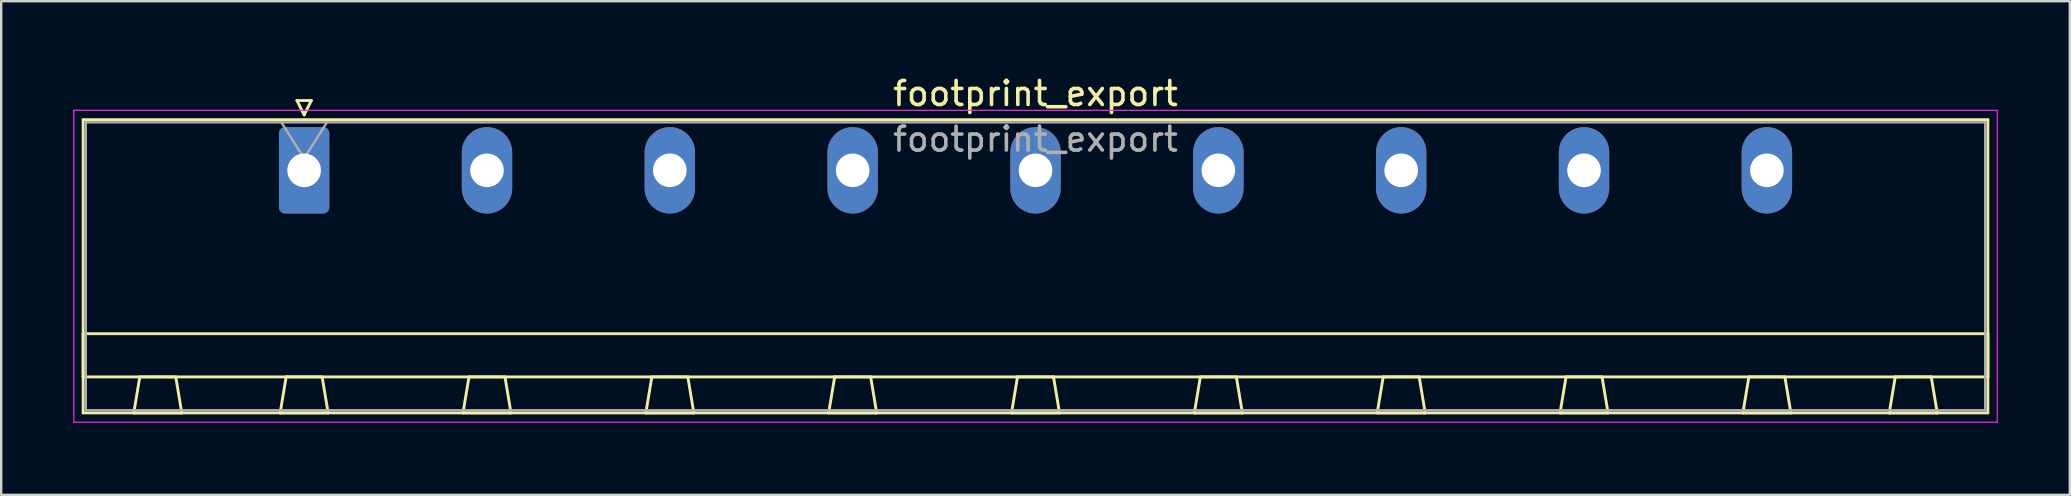
<source format=kicad_pcb>
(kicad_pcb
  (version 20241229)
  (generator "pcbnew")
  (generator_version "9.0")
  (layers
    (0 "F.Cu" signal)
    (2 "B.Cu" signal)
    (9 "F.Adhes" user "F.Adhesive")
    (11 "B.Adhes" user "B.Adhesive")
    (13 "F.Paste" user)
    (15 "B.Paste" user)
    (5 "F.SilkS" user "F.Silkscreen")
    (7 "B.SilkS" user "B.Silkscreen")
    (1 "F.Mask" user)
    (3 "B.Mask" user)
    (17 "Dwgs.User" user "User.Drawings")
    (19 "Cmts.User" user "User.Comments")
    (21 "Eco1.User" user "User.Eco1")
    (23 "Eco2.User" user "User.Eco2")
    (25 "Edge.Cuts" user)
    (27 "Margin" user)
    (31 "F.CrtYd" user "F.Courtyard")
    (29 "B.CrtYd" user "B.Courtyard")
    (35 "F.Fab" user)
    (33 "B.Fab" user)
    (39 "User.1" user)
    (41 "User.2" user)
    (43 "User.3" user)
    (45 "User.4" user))
  (footprint "footprint_export"
    (layer "F.Cu")
    (at 9.625 4.048)
    (property "Reference" "footprint_export" (at 30.48 -3.2 0) (layer "F.SilkS") (effects (font (size 1 1) (thickness 0.15))))
    (attr through_hole)
    (fp_line (start -9.21 -2.11) (end -9.21 10.11) (stroke (width 0.12) (type solid)) (layer "F.SilkS"))
    (fp_line (start -9.21 6.81) (end 70.17 6.81) (stroke (width 0.12) (type solid)) (layer "F.SilkS"))
    (fp_line (start -9.21 8.61) (end -9.21 6.81) (stroke (width 0.12) (type solid)) (layer "F.SilkS"))
    (fp_line (start -9.21 10.11) (end 70.17 10.11) (stroke (width 0.12) (type solid)) (layer "F.SilkS"))
    (fp_line (start -7.1 10.11) (end -5.1 10.11) (stroke (width 0.12) (type solid)) (layer "F.SilkS"))
    (fp_line (start -6.85 8.61) (end -7.1 10.11) (stroke (width 0.12) (type solid)) (layer "F.SilkS"))
    (fp_line (start -5.35 8.61) (end -6.85 8.61) (stroke (width 0.12) (type solid)) (layer "F.SilkS"))
    (fp_line (start -5.1 10.11) (end -5.35 8.61) (stroke (width 0.12) (type solid)) (layer "F.SilkS"))
    (fp_line (start -1 10.11) (end 1 10.11) (stroke (width 0.12) (type solid)) (layer "F.SilkS"))
    (fp_line (start -0.75 8.61) (end -1 10.11) (stroke (width 0.12) (type solid)) (layer "F.SilkS"))
    (fp_line (start -0.3 -2.91) (end 0.3 -2.91) (stroke (width 0.12) (type solid)) (layer "F.SilkS"))
    (fp_line (start 0 -2.31) (end -0.3 -2.91) (stroke (width 0.12) (type solid)) (layer "F.SilkS"))
    (fp_line (start 0.3 -2.91) (end 0 -2.31) (stroke (width 0.12) (type solid)) (layer "F.SilkS"))
    (fp_line (start 0.75 8.61) (end -0.75 8.61) (stroke (width 0.12) (type solid)) (layer "F.SilkS"))
    (fp_line (start 1 10.11) (end 0.75 8.61) (stroke (width 0.12) (type solid)) (layer "F.SilkS"))
    (fp_line (start 6.62 10.11) (end 8.62 10.11) (stroke (width 0.12) (type solid)) (layer "F.SilkS"))
    (fp_line (start 6.87 8.61) (end 6.62 10.11) (stroke (width 0.12) (type solid)) (layer "F.SilkS"))
    (fp_line (start 8.37 8.61) (end 6.87 8.61) (stroke (width 0.12) (type solid)) (layer "F.SilkS"))
    (fp_line (start 8.62 10.11) (end 8.37 8.61) (stroke (width 0.12) (type solid)) (layer "F.SilkS"))
    (fp_line (start 14.24 10.11) (end 16.24 10.11) (stroke (width 0.12) (type solid)) (layer "F.SilkS"))
    (fp_line (start 14.49 8.61) (end 14.24 10.11) (stroke (width 0.12) (type solid)) (layer "F.SilkS"))
    (fp_line (start 15.99 8.61) (end 14.49 8.61) (stroke (width 0.12) (type solid)) (layer "F.SilkS"))
    (fp_line (start 16.24 10.11) (end 15.99 8.61) (stroke (width 0.12) (type solid)) (layer "F.SilkS"))
    (fp_line (start 21.86 10.11) (end 23.86 10.11) (stroke (width 0.12) (type solid)) (layer "F.SilkS"))
    (fp_line (start 22.11 8.61) (end 21.86 10.11) (stroke (width 0.12) (type solid)) (layer "F.SilkS"))
    (fp_line (start 23.61 8.61) (end 22.11 8.61) (stroke (width 0.12) (type solid)) (layer "F.SilkS"))
    (fp_line (start 23.86 10.11) (end 23.61 8.61) (stroke (width 0.12) (type solid)) (layer "F.SilkS"))
    (fp_line (start 29.48 10.11) (end 31.48 10.11) (stroke (width 0.12) (type solid)) (layer "F.SilkS"))
    (fp_line (start 29.73 8.61) (end 29.48 10.11) (stroke (width 0.12) (type solid)) (layer "F.SilkS"))
    (fp_line (start 31.23 8.61) (end 29.73 8.61) (stroke (width 0.12) (type solid)) (layer "F.SilkS"))
    (fp_line (start 31.48 10.11) (end 31.23 8.61) (stroke (width 0.12) (type solid)) (layer "F.SilkS"))
    (fp_line (start 37.1 10.11) (end 39.1 10.11) (stroke (width 0.12) (type solid)) (layer "F.SilkS"))
    (fp_line (start 37.35 8.61) (end 37.1 10.11) (stroke (width 0.12) (type solid)) (layer "F.SilkS"))
    (fp_line (start 38.85 8.61) (end 37.35 8.61) (stroke (width 0.12) (type solid)) (layer "F.SilkS"))
    (fp_line (start 39.1 10.11) (end 38.85 8.61) (stroke (width 0.12) (type solid)) (layer "F.SilkS"))
    (fp_line (start 44.72 10.11) (end 46.72 10.11) (stroke (width 0.12) (type solid)) (layer "F.SilkS"))
    (fp_line (start 44.97 8.61) (end 44.72 10.11) (stroke (width 0.12) (type solid)) (layer "F.SilkS"))
    (fp_line (start 46.47 8.61) (end 44.97 8.61) (stroke (width 0.12) (type solid)) (layer "F.SilkS"))
    (fp_line (start 46.72 10.11) (end 46.47 8.61) (stroke (width 0.12) (type solid)) (layer "F.SilkS"))
    (fp_line (start 52.34 10.11) (end 54.34 10.11) (stroke (width 0.12) (type solid)) (layer "F.SilkS"))
    (fp_line (start 52.59 8.61) (end 52.34 10.11) (stroke (width 0.12) (type solid)) (layer "F.SilkS"))
    (fp_line (start 54.09 8.61) (end 52.59 8.61) (stroke (width 0.12) (type solid)) (layer "F.SilkS"))
    (fp_line (start 54.34 10.11) (end 54.09 8.61) (stroke (width 0.12) (type solid)) (layer "F.SilkS"))
    (fp_line (start 59.96 10.11) (end 61.96 10.11) (stroke (width 0.12) (type solid)) (layer "F.SilkS"))
    (fp_line (start 60.21 8.61) (end 59.96 10.11) (stroke (width 0.12) (type solid)) (layer "F.SilkS"))
    (fp_line (start 61.71 8.61) (end 60.21 8.61) (stroke (width 0.12) (type solid)) (layer "F.SilkS"))
    (fp_line (start 61.96 10.11) (end 61.71 8.61) (stroke (width 0.12) (type solid)) (layer "F.SilkS"))
    (fp_line (start 66.06 10.11) (end 68.06 10.11) (stroke (width 0.12) (type solid)) (layer "F.SilkS"))
    (fp_line (start 66.31 8.61) (end 66.06 10.11) (stroke (width 0.12) (type solid)) (layer "F.SilkS"))
    (fp_line (start 67.81 8.61) (end 66.31 8.61) (stroke (width 0.12) (type solid)) (layer "F.SilkS"))
    (fp_line (start 68.06 10.11) (end 67.81 8.61) (stroke (width 0.12) (type solid)) (layer "F.SilkS"))
    (fp_line (start 70.17 -2.11) (end -9.21 -2.11) (stroke (width 0.12) (type solid)) (layer "F.SilkS"))
    (fp_line (start 70.17 6.81) (end 70.17 8.61) (stroke (width 0.12) (type solid)) (layer "F.SilkS"))
    (fp_line (start 70.17 8.61) (end -9.21 8.61) (stroke (width 0.12) (type solid)) (layer "F.SilkS"))
    (fp_line (start 70.17 10.11) (end 70.17 -2.11) (stroke (width 0.12) (type solid)) (layer "F.SilkS"))
    (fp_line (start -9.6 -2.5) (end -9.6 10.5) (stroke (width 0.05) (type solid)) (layer "F.CrtYd"))
    (fp_line (start -9.6 10.5) (end 70.56 10.5) (stroke (width 0.05) (type solid)) (layer "F.CrtYd"))
    (fp_line (start 70.56 -2.5) (end -9.6 -2.5) (stroke (width 0.05) (type solid)) (layer "F.CrtYd"))
    (fp_line (start 70.56 10.5) (end 70.56 -2.5) (stroke (width 0.05) (type solid)) (layer "F.CrtYd"))
    (fp_line (start -9.1 -2) (end -9.1 10) (stroke (width 0.1) (type solid)) (layer "F.Fab"))
    (fp_line (start -9.1 10) (end 70.06 10) (stroke (width 0.1) (type solid)) (layer "F.Fab"))
    (fp_line (start 0 -0.5) (end -0.95 -2) (stroke (width 0.1) (type solid)) (layer "F.Fab"))
    (fp_line (start 0.95 -2) (end 0 -0.5) (stroke (width 0.1) (type solid)) (layer "F.Fab"))
    (fp_line (start 70.06 -2) (end -9.1 -2) (stroke (width 0.1) (type solid)) (layer "F.Fab"))
    (fp_line (start 70.06 10) (end 70.06 -2) (stroke (width 0.1) (type solid)) (layer "F.Fab"))
    (fp_text user "${REFERENCE}" (at 30.48 -1.3 0) (layer "F.Fab") (effects (font (size 1 1) (thickness 0.15))))
    (pad "1" thru_hole roundrect (at 0 0) (size 2.1 3.6) (drill 1.4) (layers "*.Cu" "*.Mask") (roundrect_rratio 0.119))
    (pad "2" thru_hole oval (at 7.62 0) (size 2.1 3.6) (drill 1.4) (layers "*.Cu" "*.Mask"))
    (pad "3" thru_hole oval (at 15.24 0) (size 2.1 3.6) (drill 1.4) (layers "*.Cu" "*.Mask"))
    (pad "4" thru_hole oval (at 22.86 0) (size 2.1 3.6) (drill 1.4) (layers "*.Cu" "*.Mask"))
    (pad "5" thru_hole oval (at 30.48 0) (size 2.1 3.6) (drill 1.4) (layers "*.Cu" "*.Mask"))
    (pad "6" thru_hole oval (at 38.1 0) (size 2.1 3.6) (drill 1.4) (layers "*.Cu" "*.Mask"))
    (pad "7" thru_hole oval (at 45.72 0) (size 2.1 3.6) (drill 1.4) (layers "*.Cu" "*.Mask"))
    (pad "8" thru_hole oval (at 53.34 0) (size 2.1 3.6) (drill 1.4) (layers "*.Cu" "*.Mask"))
    (pad "9" thru_hole oval (at 60.96 0) (size 2.1 3.6) (drill 1.4) (layers "*.Cu" "*.Mask")))
  (gr_rect
    (start -3 -3)
    (end 83.21 17.573)
    (stroke (width 0.1) (type default))
    (fill no)
    (layer "Edge.Cuts")))
</source>
